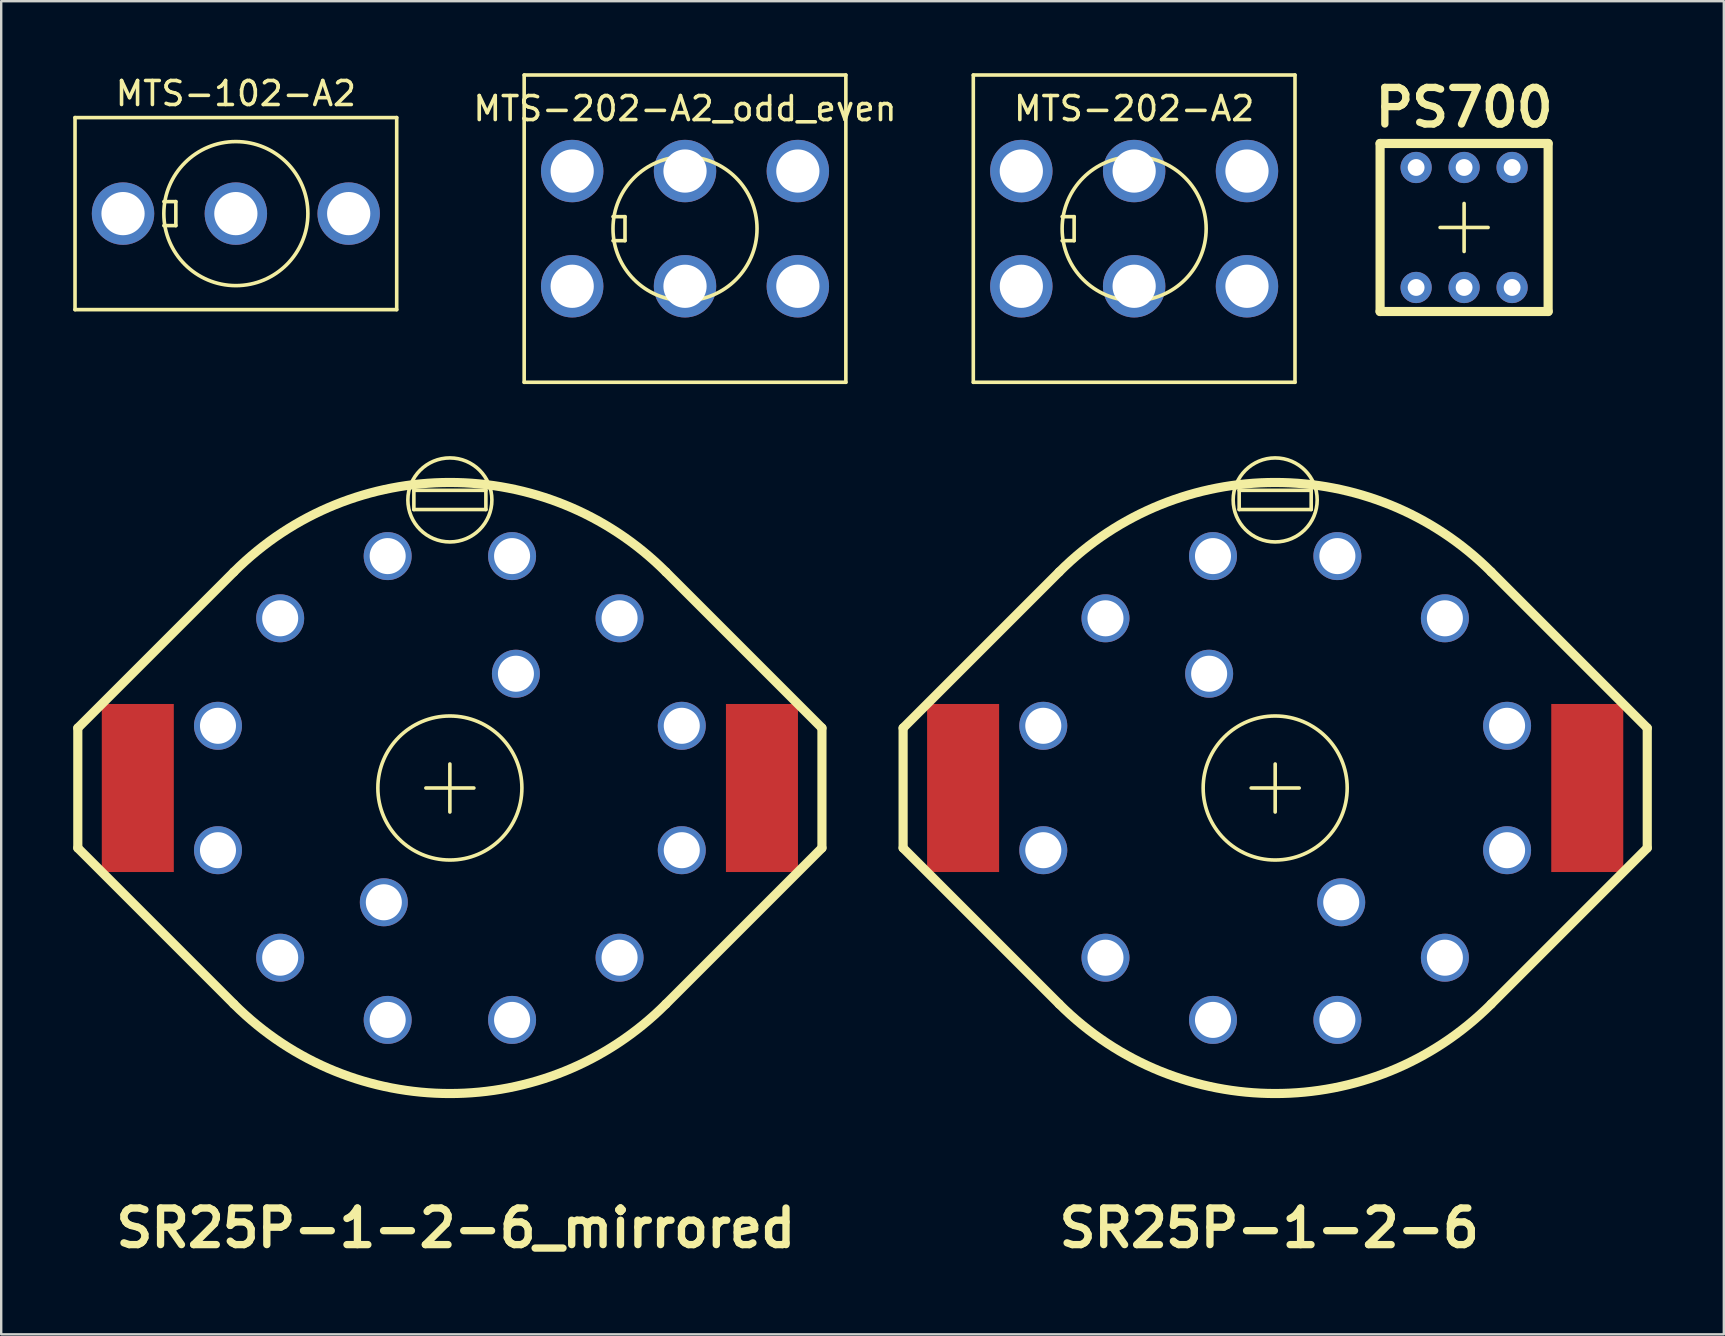
<source format=kicad_pcb>
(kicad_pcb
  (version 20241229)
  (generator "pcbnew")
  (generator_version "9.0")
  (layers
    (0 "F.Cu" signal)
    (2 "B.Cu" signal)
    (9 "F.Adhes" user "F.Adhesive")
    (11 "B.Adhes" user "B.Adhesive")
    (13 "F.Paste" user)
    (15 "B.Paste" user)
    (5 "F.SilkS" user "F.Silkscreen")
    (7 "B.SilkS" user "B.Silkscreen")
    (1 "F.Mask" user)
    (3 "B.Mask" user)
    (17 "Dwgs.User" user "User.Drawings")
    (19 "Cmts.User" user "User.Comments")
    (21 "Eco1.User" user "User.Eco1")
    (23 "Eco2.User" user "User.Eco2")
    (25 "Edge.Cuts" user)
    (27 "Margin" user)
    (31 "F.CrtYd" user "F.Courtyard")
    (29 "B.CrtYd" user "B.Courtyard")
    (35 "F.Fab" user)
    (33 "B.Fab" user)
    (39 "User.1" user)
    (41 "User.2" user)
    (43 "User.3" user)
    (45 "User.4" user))
  (footprint "MTS-102-A2"
    (layer "F.Cu")
    (at 6.775 5.848)
    (property "Reference" "MTS-102-A2" (at 0 -5 0) (layer "F.SilkS") (effects (font (size 1 1) (thickness 0.15))))
    (attr through_hole)
    (fp_line (start -6.7 -4) (end -6.7 4) (stroke (width 0.15) (type solid)) (layer "F.SilkS"))
    (fp_line (start -6.7 4) (end 6.7 4) (stroke (width 0.15) (type solid)) (layer "F.SilkS"))
    (fp_line (start -3 0.5) (end -2.5 0.5) (stroke (width 0.15) (type solid)) (layer "F.SilkS"))
    (fp_line (start -2.5 -0.5) (end -3 -0.5) (stroke (width 0.15) (type solid)) (layer "F.SilkS"))
    (fp_line (start -2.5 0.5) (end -2.5 -0.5) (stroke (width 0.15) (type solid)) (layer "F.SilkS"))
    (fp_line (start 6.7 -4) (end -6.7 -4) (stroke (width 0.15) (type solid)) (layer "F.SilkS"))
    (fp_line (start 6.7 4) (end 6.7 -4) (stroke (width 0.15) (type solid)) (layer "F.SilkS"))
    (fp_circle (center 0 0) (end 3 0) (stroke (width 0.15) (type solid)) (fill no) (layer "F.SilkS"))
    (pad "1" thru_hole circle (at -4.7 0) (size 2.6 2.6) (drill 1.8) (layers "*.Cu" "*.Mask"))
    (pad "2" thru_hole circle (at 0 0) (size 2.6 2.6) (drill 1.8) (layers "*.Cu" "*.Mask"))
    (pad "3" thru_hole circle (at 4.7 0) (size 2.6 2.6) (drill 1.8) (layers "*.Cu" "*.Mask")))
  (footprint "PS700"
    (layer "F.Cu")
    (at 57.939 6.426)
    (property "Reference" "PS700" (at 0 -5 0) (layer "F.SilkS") (effects (font (size 1.524 1.524) (thickness 0.305))))
    (attr through_hole)
    (fp_line (start -3.5 -3.5) (end 3.5 -3.5) (stroke (width 0.381) (type solid)) (layer "F.SilkS"))
    (fp_line (start -3.5 3.5) (end -3.5 -3.5) (stroke (width 0.381) (type solid)) (layer "F.SilkS"))
    (fp_line (start -1 0) (end 1 0) (stroke (width 0.15) (type solid)) (layer "F.SilkS"))
    (fp_line (start 0 -1) (end 0 1) (stroke (width 0.15) (type solid)) (layer "F.SilkS"))
    (fp_line (start 3.5 -3.5) (end 3.5 3.5) (stroke (width 0.381) (type solid)) (layer "F.SilkS"))
    (fp_line (start 3.5 3.5) (end -3.5 3.5) (stroke (width 0.381) (type solid)) (layer "F.SilkS"))
    (pad "1" thru_hole circle (at 1.999 -2.499) (size 1.3 1.3) (drill 0.701) (layers "*.Cu" "*.Mask"))
    (pad "2" thru_hole circle (at 0 -2.499) (size 1.3 1.3) (drill 0.701) (layers "*.Cu" "*.Mask"))
    (pad "3" thru_hole circle (at -1.999 -2.499) (size 1.3 1.3) (drill 0.701) (layers "*.Cu" "*.Mask"))
    (pad "4" thru_hole circle (at 1.999 2.499) (size 1.3 1.3) (drill 0.701) (layers "*.Cu" "*.Mask"))
    (pad "5" thru_hole circle (at 0 2.499) (size 1.3 1.3) (drill 0.701) (layers "*.Cu" "*.Mask"))
    (pad "6" thru_hole circle (at -1.999 2.499) (size 1.3 1.3) (drill 0.701) (layers "*.Cu" "*.Mask")))
  (footprint "MTS-202-A2"
    (layer "F.Cu")
    (at 44.194 6.475)
    (property "Reference" "MTS-202-A2" (at 0 -5 0) (layer "F.SilkS") (effects (font (size 1 1) (thickness 0.15))))
    (attr through_hole)
    (fp_line (start -6.7 -6.4) (end -6.7 6.4) (stroke (width 0.15) (type solid)) (layer "F.SilkS"))
    (fp_line (start -6.7 6.4) (end 6.7 6.4) (stroke (width 0.15) (type solid)) (layer "F.SilkS"))
    (fp_line (start -3 0.5) (end -2.5 0.5) (stroke (width 0.15) (type solid)) (layer "F.SilkS"))
    (fp_line (start -2.5 -0.5) (end -3 -0.5) (stroke (width 0.15) (type solid)) (layer "F.SilkS"))
    (fp_line (start -2.5 0.5) (end -2.5 -0.5) (stroke (width 0.15) (type solid)) (layer "F.SilkS"))
    (fp_line (start 6.7 -6.4) (end -6.7 -6.4) (stroke (width 0.15) (type solid)) (layer "F.SilkS"))
    (fp_line (start 6.7 6.4) (end 6.7 -6.4) (stroke (width 0.15) (type solid)) (layer "F.SilkS"))
    (fp_circle (center 0 0) (end 3 0) (stroke (width 0.15) (type solid)) (fill no) (layer "F.SilkS"))
    (pad "1" thru_hole circle (at -4.7 -2.4) (size 2.6 2.6) (drill 1.8) (layers "*.Cu" "*.Mask"))
    (pad "2" thru_hole circle (at 0 -2.4) (size 2.6 2.6) (drill 1.8) (layers "*.Cu" "*.Mask"))
    (pad "3" thru_hole circle (at 4.7 -2.4) (size 2.6 2.6) (drill 1.8) (layers "*.Cu" "*.Mask"))
    (pad "4" thru_hole circle (at -4.7 2.4) (size 2.6 2.6) (drill 1.8) (layers "*.Cu" "*.Mask"))
    (pad "5" thru_hole circle (at 0 2.4) (size 2.6 2.6) (drill 1.8) (layers "*.Cu" "*.Mask"))
    (pad "6" thru_hole circle (at 4.7 2.4) (size 2.6 2.6) (drill 1.8) (layers "*.Cu" "*.Mask")))
  (footprint "MTS-202-A2_odd_even"
    (layer "F.Cu")
    (at 25.485 6.475)
    (property "Reference" "MTS-202-A2_odd_even" (at 0 -5 0) (layer "F.SilkS") (effects (font (size 1 1) (thickness 0.15))))
    (attr through_hole)
    (fp_line (start -6.7 -6.4) (end -6.7 6.4) (stroke (width 0.15) (type solid)) (layer "F.SilkS"))
    (fp_line (start -6.7 6.4) (end 6.7 6.4) (stroke (width 0.15) (type solid)) (layer "F.SilkS"))
    (fp_line (start -3 0.5) (end -2.5 0.5) (stroke (width 0.15) (type solid)) (layer "F.SilkS"))
    (fp_line (start -2.5 -0.5) (end -3 -0.5) (stroke (width 0.15) (type solid)) (layer "F.SilkS"))
    (fp_line (start -2.5 0.5) (end -2.5 -0.5) (stroke (width 0.15) (type solid)) (layer "F.SilkS"))
    (fp_line (start 6.7 -6.4) (end -6.7 -6.4) (stroke (width 0.15) (type solid)) (layer "F.SilkS"))
    (fp_line (start 6.7 6.4) (end 6.7 -6.4) (stroke (width 0.15) (type solid)) (layer "F.SilkS"))
    (fp_circle (center 0 0) (end 3 0) (stroke (width 0.15) (type solid)) (fill no) (layer "F.SilkS"))
    (pad "1" thru_hole circle (at -4.7 2.4) (size 2.6 2.6) (drill 1.8) (layers "*.Cu" "*.Mask"))
    (pad "2" thru_hole circle (at -4.7 -2.4) (size 2.6 2.6) (drill 1.8) (layers "*.Cu" "*.Mask"))
    (pad "3" thru_hole circle (at 0 2.4) (size 2.6 2.6) (drill 1.8) (layers "*.Cu" "*.Mask"))
    (pad "4" thru_hole circle (at 0 -2.4) (size 2.6 2.6) (drill 1.8) (layers "*.Cu" "*.Mask"))
    (pad "5" thru_hole circle (at 4.7 2.4) (size 2.6 2.6) (drill 1.8) (layers "*.Cu" "*.Mask"))
    (pad "6" thru_hole circle (at 4.7 -2.4) (size 2.6 2.6) (drill 1.8) (layers "*.Cu" "*.Mask")))
  (footprint "SR25P-1-2-6_mirrored"
    (layer "F.Cu")
    (at 15.69 29.775)
    (property "Reference" "SR25P-1-2-6_mirrored" (at 0.249 18.331 0) (layer "F.SilkS") (effects (font (size 1.524 1.524) (thickness 0.305))))
    (attr through_hole)
    (fp_line (start -15.499 -2.499) (end -15.499 2.499) (stroke (width 0.381) (type solid)) (layer "F.SilkS"))
    (fp_line (start -15.499 -2.499) (end -8.999 -8.999) (stroke (width 0.381) (type solid)) (layer "F.SilkS"))
    (fp_line (start -15.499 2.499) (end -8.999 8.999) (stroke (width 0.381) (type solid)) (layer "F.SilkS"))
    (fp_line (start -1.5 -12.4) (end -1.5 -11.6) (stroke (width 0.15) (type solid)) (layer "F.SilkS"))
    (fp_line (start -1.5 -11.6) (end 1.5 -11.6) (stroke (width 0.15) (type solid)) (layer "F.SilkS"))
    (fp_line (start 0 -1) (end 0 1) (stroke (width 0.15) (type solid)) (layer "F.SilkS"))
    (fp_line (start 1 0) (end -1 0) (stroke (width 0.15) (type solid)) (layer "F.SilkS"))
    (fp_line (start 1.5 -12.4) (end -1.5 -12.4) (stroke (width 0.15) (type solid)) (layer "F.SilkS"))
    (fp_line (start 1.5 -11.6) (end 1.5 -12.4) (stroke (width 0.15) (type solid)) (layer "F.SilkS"))
    (fp_line (start 15.499 -2.499) (end 8.999 -8.999) (stroke (width 0.381) (type solid)) (layer "F.SilkS"))
    (fp_line (start 15.499 -2.499) (end 15.499 2.499) (stroke (width 0.381) (type solid)) (layer "F.SilkS"))
    (fp_line (start 15.499 2.499) (end 8.999 8.999) (stroke (width 0.381) (type solid)) (layer "F.SilkS"))
    (fp_arc (start -8.99922 -8.99922) (mid 0 -12.726819) (end 8.99922 -8.99922) (stroke (width 0.381) (type solid)) (layer "F.SilkS"))
    (fp_arc (start 8.99922 8.99922) (mid 0 12.726819) (end -8.99922 8.99922) (stroke (width 0.381) (type solid)) (layer "F.SilkS"))
    (fp_circle (center 0 -12) (end -1.75 -12) (stroke (width 0.15) (type solid)) (fill no) (layer "F.SilkS"))
    (fp_circle (center 0 0) (end 3 0) (stroke (width 0.15) (type solid)) (fill no) (layer "F.SilkS"))
    (pad "" smd rect (at -13 0) (size 3 7) (layers "F.Cu" "F.Mask" "F.Paste"))
    (pad "" smd rect (at 13 0) (size 3 7) (layers "F.Cu" "F.Mask" "F.Paste"))
    (pad "1" thru_hole circle (at 7.069 7.069) (size 1.999 1.999) (drill 1.501) (layers "*.Cu" "*.Mask"))
    (pad "2" thru_hole circle (at 2.591 9.66) (size 1.999 1.999) (drill 1.501) (layers "*.Cu" "*.Mask"))
    (pad "3" thru_hole circle (at -2.591 9.66) (size 1.999 1.999) (drill 1.501) (layers "*.Cu" "*.Mask"))
    (pad "4" thru_hole circle (at -7.069 7.069) (size 1.999 1.999) (drill 1.501) (layers "*.Cu" "*.Mask"))
    (pad "5" thru_hole circle (at -9.66 2.591) (size 1.999 1.999) (drill 1.501) (layers "*.Cu" "*.Mask"))
    (pad "6" thru_hole circle (at -9.66 -2.591) (size 1.999 1.999) (drill 1.501) (layers "*.Cu" "*.Mask"))
    (pad "7" thru_hole circle (at -7.069 -7.069) (size 1.999 1.999) (drill 1.501) (layers "*.Cu" "*.Mask"))
    (pad "8" thru_hole circle (at -2.591 -9.66) (size 1.999 1.999) (drill 1.501) (layers "*.Cu" "*.Mask"))
    (pad "9" thru_hole circle (at 2.591 -9.66) (size 1.999 1.999) (drill 1.501) (layers "*.Cu" "*.Mask"))
    (pad "10" thru_hole circle (at 7.069 -7.069) (size 1.999 1.999) (drill 1.501) (layers "*.Cu" "*.Mask"))
    (pad "11" thru_hole circle (at 9.66 -2.591) (size 1.999 1.999) (drill 1.501) (layers "*.Cu" "*.Mask"))
    (pad "12" thru_hole circle (at 9.66 2.591) (size 1.999 1.999) (drill 1.501) (layers "*.Cu" "*.Mask"))
    (pad "13" thru_hole circle (at -2.751 4.76) (size 1.999 1.999) (drill 1.501) (layers "*.Cu" "*.Mask"))
    (pad "14" thru_hole circle (at 2.751 -4.76) (size 1.999 1.999) (drill 1.501) (layers "*.Cu" "*.Mask")))
  (footprint "SR25P-1-2-6"
    (layer "F.Cu")
    (at 50.069 29.775)
    (property "Reference" "SR25P-1-2-6" (at -0.249 18.331 0) (layer "F.SilkS") (effects (font (size 1.524 1.524) (thickness 0.305))))
    (attr through_hole)
    (fp_line (start -15.499 -2.499) (end -15.499 2.499) (stroke (width 0.381) (type solid)) (layer "F.SilkS"))
    (fp_line (start -15.499 -2.499) (end -8.999 -8.999) (stroke (width 0.381) (type solid)) (layer "F.SilkS"))
    (fp_line (start -15.499 2.499) (end -8.999 8.999) (stroke (width 0.381) (type solid)) (layer "F.SilkS"))
    (fp_line (start -1.5 -12.4) (end 1.5 -12.4) (stroke (width 0.15) (type solid)) (layer "F.SilkS"))
    (fp_line (start -1.5 -11.6) (end -1.5 -12.4) (stroke (width 0.15) (type solid)) (layer "F.SilkS"))
    (fp_line (start -1 0) (end 1 0) (stroke (width 0.15) (type solid)) (layer "F.SilkS"))
    (fp_line (start 0 -1) (end 0 1) (stroke (width 0.15) (type solid)) (layer "F.SilkS"))
    (fp_line (start 1.5 -12.4) (end 1.5 -11.6) (stroke (width 0.15) (type solid)) (layer "F.SilkS"))
    (fp_line (start 1.5 -11.6) (end -1.5 -11.6) (stroke (width 0.15) (type solid)) (layer "F.SilkS"))
    (fp_line (start 15.499 -2.499) (end 8.999 -8.999) (stroke (width 0.381) (type solid)) (layer "F.SilkS"))
    (fp_line (start 15.499 -2.499) (end 15.499 2.499) (stroke (width 0.381) (type solid)) (layer "F.SilkS"))
    (fp_line (start 15.499 2.499) (end 8.999 8.999) (stroke (width 0.381) (type solid)) (layer "F.SilkS"))
    (fp_arc (start -8.99922 -8.99922) (mid 0 -12.726819) (end 8.99922 -8.99922) (stroke (width 0.381) (type solid)) (layer "F.SilkS"))
    (fp_arc (start 8.99922 8.99922) (mid 0 12.726819) (end -8.99922 8.99922) (stroke (width 0.381) (type solid)) (layer "F.SilkS"))
    (fp_circle (center 0 -12) (end 1.75 -12) (stroke (width 0.15) (type solid)) (fill no) (layer "F.SilkS"))
    (fp_circle (center 0 0) (end 3 0) (stroke (width 0.15) (type solid)) (fill no) (layer "F.SilkS"))
    (pad "" smd rect (at -13 0) (size 3 7) (layers "F.Cu" "F.Mask" "F.Paste"))
    (pad "" smd rect (at 13 0) (size 3 7) (layers "F.Cu" "F.Mask" "F.Paste"))
    (pad "1" thru_hole circle (at 9.66 -2.591) (size 1.999 1.999) (drill 1.501) (layers "*.Cu" "*.Mask"))
    (pad "2" thru_hole circle (at 9.66 2.591) (size 1.999 1.999) (drill 1.501) (layers "*.Cu" "*.Mask"))
    (pad "3" thru_hole circle (at 7.069 7.069) (size 1.999 1.999) (drill 1.501) (layers "*.Cu" "*.Mask"))
    (pad "4" thru_hole circle (at 2.591 9.66) (size 1.999 1.999) (drill 1.501) (layers "*.Cu" "*.Mask"))
    (pad "5" thru_hole circle (at -2.591 9.66) (size 1.999 1.999) (drill 1.501) (layers "*.Cu" "*.Mask"))
    (pad "6" thru_hole circle (at -7.069 7.069) (size 1.999 1.999) (drill 1.501) (layers "*.Cu" "*.Mask"))
    (pad "7" thru_hole circle (at -9.66 2.591) (size 1.999 1.999) (drill 1.501) (layers "*.Cu" "*.Mask"))
    (pad "8" thru_hole circle (at -9.66 -2.591) (size 1.999 1.999) (drill 1.501) (layers "*.Cu" "*.Mask"))
    (pad "9" thru_hole circle (at -7.069 -7.069) (size 1.999 1.999) (drill 1.501) (layers "*.Cu" "*.Mask"))
    (pad "10" thru_hole circle (at -2.591 -9.66) (size 1.999 1.999) (drill 1.501) (layers "*.Cu" "*.Mask"))
    (pad "11" thru_hole circle (at 2.591 -9.66) (size 1.999 1.999) (drill 1.501) (layers "*.Cu" "*.Mask"))
    (pad "12" thru_hole circle (at 7.069 -7.069) (size 1.999 1.999) (drill 1.501) (layers "*.Cu" "*.Mask"))
    (pad "13" thru_hole circle (at 2.751 4.76) (size 1.999 1.999) (drill 1.501) (layers "*.Cu" "*.Mask"))
    (pad "14" thru_hole circle (at -2.751 -4.76) (size 1.999 1.999) (drill 1.501) (layers "*.Cu" "*.Mask")))
  (gr_rect
    (start -3 -3)
    (end 68.758 52.533)
    (stroke (width 0.1) (type default))
    (fill no)
    (layer "Edge.Cuts")))
</source>
